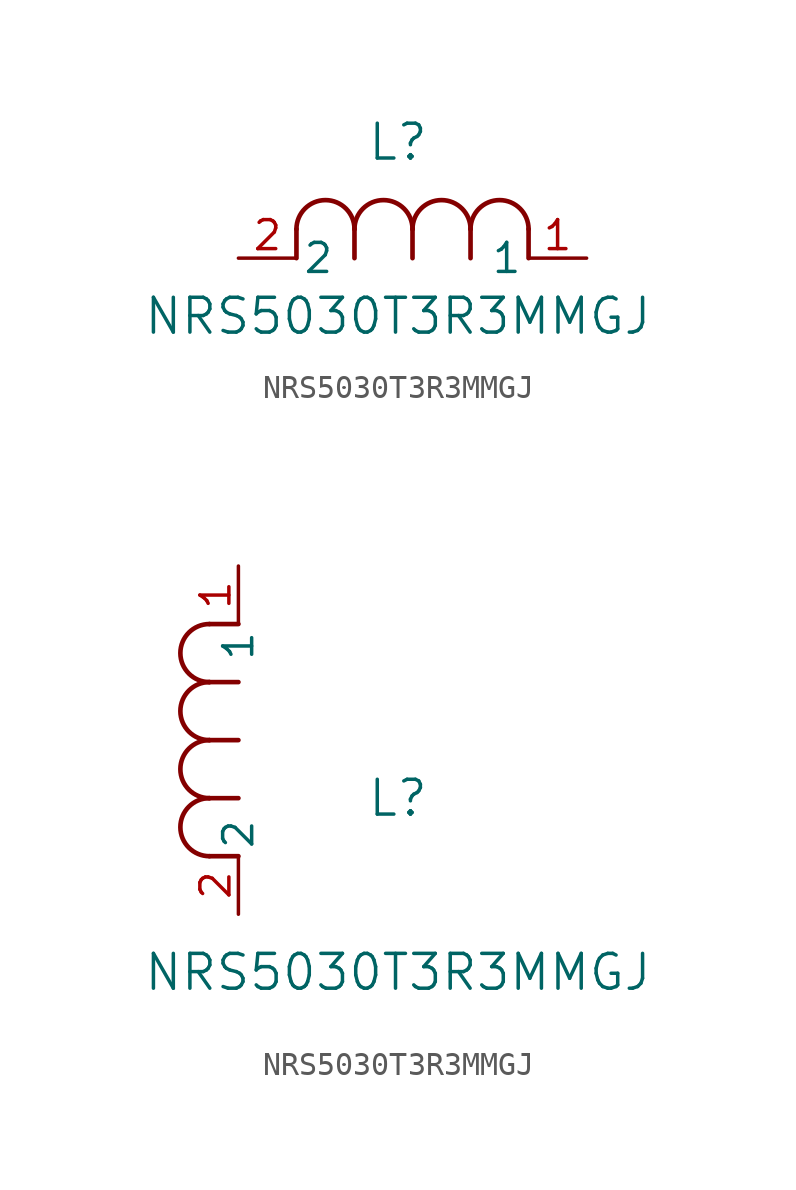
<source format=kicad_sym>
(kicad_symbol_lib
  (version 20211014)
  (generator kicad_symbol_editor)
  (symbol "NRS5030T3R3MMGJ"
    (pin_names
      (offset 0.254))
    (property "Reference" "L"
      (at 6.985 5.08 0)
      (effects (font (size 1.524 1.524))))
    (property "Value" "NRS5030T3R3MMGJ"
      (at 6.985 -2.54 0)
      (effects (font (size 1.524 1.524))))
    (symbol "NRS5030T3R3MMGJ_1_1"
      (arc (start 7.62 1.27) (mid 6.35 2.54) (end 5.08 1.27) (stroke (width 0.2032) (type default) (color 0 0 0 0)) (fill (type none)))
      (polyline (pts (xy 5.08 0) (xy 5.08 1.27)) (stroke (width 0.203) (type default) (color 0 0 0 0)) (fill (type none)))
      (polyline (pts (xy 7.62 0) (xy 7.62 1.27)) (stroke (width 0.203) (type default) (color 0 0 0 0)) (fill (type none)))
      (polyline (pts (xy 12.7 0) (xy 12.7 1.27)) (stroke (width 0.203) (type default) (color 0 0 0 0)) (fill (type none)))
      (arc (start 5.08 1.27) (mid 3.81 2.54) (end 2.54 1.27) (stroke (width 0.2032) (type default) (color 0 0 0 0)) (fill (type none)))
      (arc (start 10.16 1.27) (mid 8.89 2.54) (end 7.62 1.27) (stroke (width 0.2032) (type default) (color 0 0 0 0)) (fill (type none)))
      (arc (start 12.7 1.27) (mid 11.43 2.54) (end 10.16 1.27) (stroke (width 0.2032) (type default) (color 0 0 0 0)) (fill (type none)))
      (polyline (pts (xy 2.54 0) (xy 2.54 1.27)) (stroke (width 0.203) (type default) (color 0 0 0 0)) (fill (type none)))
      (polyline (pts (xy 10.16 0) (xy 10.16 1.27)) (stroke (width 0.203) (type default) (color 0 0 0 0)) (fill (type none)))
      (pin unspecified line (at 0 0 0) (length 2.54) (name "2" (effects (font (size 1.27 1.27)))) (number "2" (effects (font (size 1.27 1.27)))))
      (pin unspecified line (at 15.24 0 180) (length 2.54) (name "1" (effects (font (size 1.27 1.27)))) (number "1" (effects (font (size 1.27 1.27))))))
    (symbol "NRS5030T3R3MMGJ_1_2"
      (arc (start -1.27 7.62) (mid -2.54 6.35) (end -1.27 5.08) (stroke (width 0.2032) (type default) (color 0 0 0 0)) (fill (type none)))
      (arc (start -1.27 5.08) (mid -2.54 3.81) (end -1.27 2.54) (stroke (width 0.2032) (type default) (color 0 0 0 0)) (fill (type none)))
      (arc (start -1.27 12.7) (mid -2.54 11.43) (end -1.27 10.16) (stroke (width 0.2032) (type default) (color 0 0 0 0)) (fill (type none)))
      (arc (start -1.27 10.16) (mid -2.54 8.89) (end -1.27 7.62) (stroke (width 0.2032) (type default) (color 0 0 0 0)) (fill (type none)))
      (polyline (pts (xy 0 7.62) (xy -1.27 7.62)) (stroke (width 0.203) (type default) (color 0 0 0 0)) (fill (type none)))
      (polyline (pts (xy 0 5.08) (xy -1.27 5.08)) (stroke (width 0.203) (type default) (color 0 0 0 0)) (fill (type none)))
      (polyline (pts (xy 0 12.7) (xy -1.27 12.7)) (stroke (width 0.203) (type default) (color 0 0 0 0)) (fill (type none)))
      (polyline (pts (xy 0 2.54) (xy -1.27 2.54)) (stroke (width 0.203) (type default) (color 0 0 0 0)) (fill (type none)))
      (polyline (pts (xy 0 10.16) (xy -1.27 10.16)) (stroke (width 0.203) (type default) (color 0 0 0 0)) (fill (type none)))
      (pin unspecified line (at 0 0 90) (length 2.54) (name "2" (effects (font (size 1.27 1.27)))) (number "2" (effects (font (size 1.27 1.27)))))
      (pin unspecified line (at 0 15.24 270) (length 2.54) (name "1" (effects (font (size 1.27 1.27)))) (number "1" (effects (font (size 1.27 1.27))))))))
</source>
